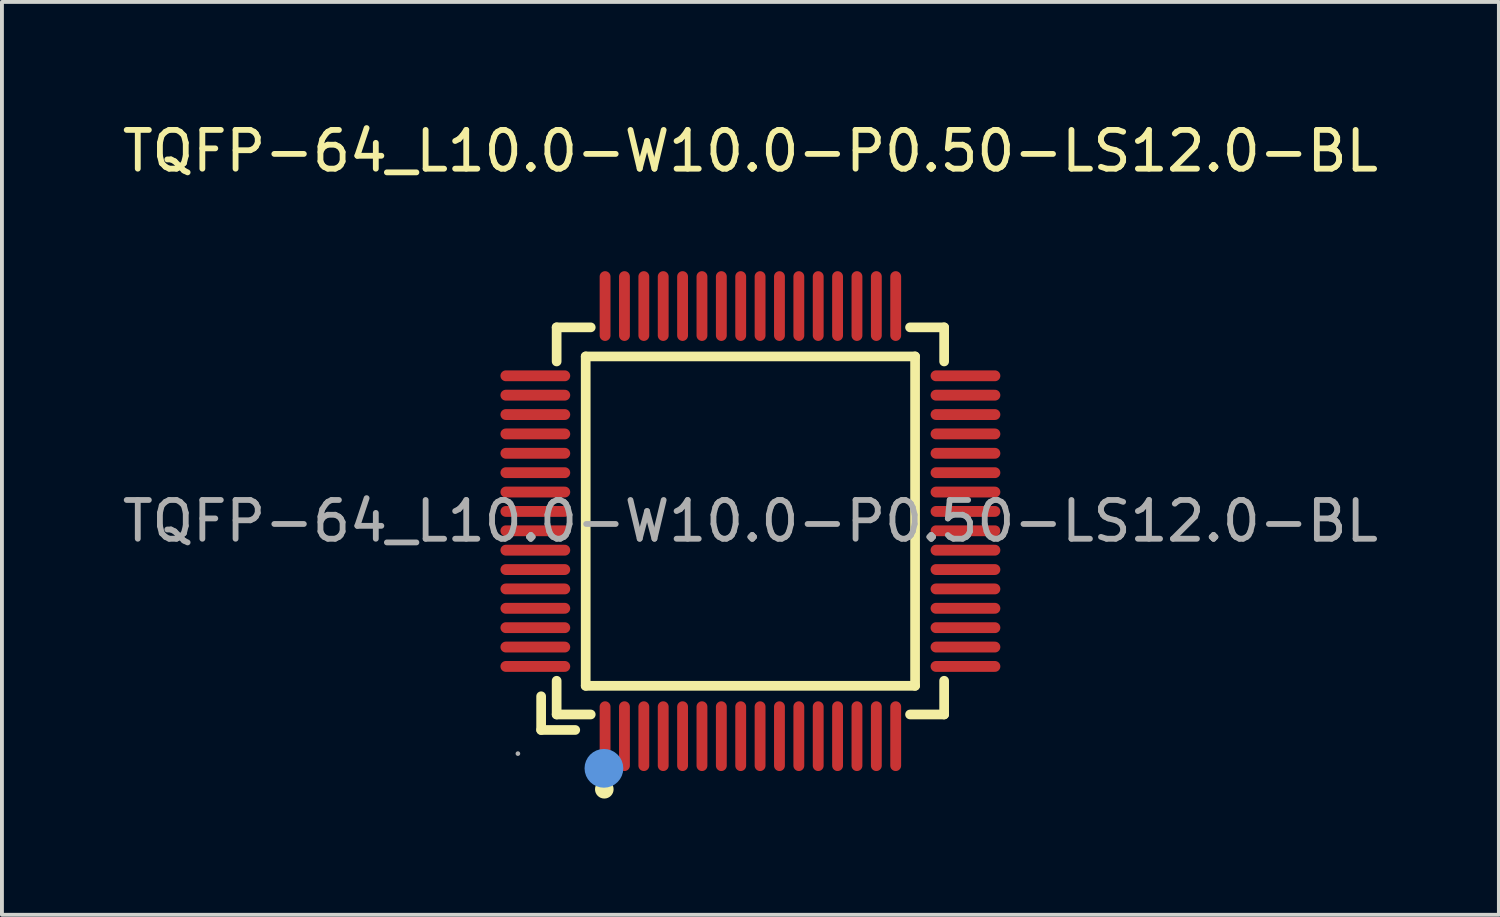
<source format=kicad_pcb>
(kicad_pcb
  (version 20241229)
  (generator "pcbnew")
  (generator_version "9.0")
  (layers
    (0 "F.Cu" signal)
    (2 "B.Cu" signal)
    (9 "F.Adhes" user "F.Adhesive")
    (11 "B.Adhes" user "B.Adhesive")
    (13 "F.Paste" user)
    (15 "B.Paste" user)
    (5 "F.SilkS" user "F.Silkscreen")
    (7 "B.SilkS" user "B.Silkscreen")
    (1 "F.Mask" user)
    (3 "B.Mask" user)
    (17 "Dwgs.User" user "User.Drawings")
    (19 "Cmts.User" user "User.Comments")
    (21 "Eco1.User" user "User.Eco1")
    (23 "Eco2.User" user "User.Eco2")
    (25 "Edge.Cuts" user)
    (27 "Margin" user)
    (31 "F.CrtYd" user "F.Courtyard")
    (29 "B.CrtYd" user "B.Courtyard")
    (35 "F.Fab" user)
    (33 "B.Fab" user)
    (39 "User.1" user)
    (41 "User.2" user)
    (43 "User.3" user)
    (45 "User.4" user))
  (footprint "TQFP-64_L10.0-W10.0-P0.50-LS12.0-BL"
    (layer "F.Cu")
    (at 16.315 10.398)
    (property "Reference" "TQFP-64_L10.0-W10.0-P0.50-LS12.0-BL" (at 0 -9.55 0) (layer "F.SilkS") (effects (font (size 1 1) (thickness 0.15))))
    (attr through_hole)
    (fp_line (start -5.4 4.52) (end -5.4 5.39) (stroke (width 0.25) (type solid)) (layer "F.SilkS"))
    (fp_line (start -5.4 5.39) (end -4.52 5.39) (stroke (width 0.25) (type solid)) (layer "F.SilkS"))
    (fp_line (start -5 -5) (end -5 -4.12) (stroke (width 0.25) (type solid)) (layer "F.SilkS"))
    (fp_line (start -5 4.12) (end -5 4.99) (stroke (width 0.25) (type solid)) (layer "F.SilkS"))
    (fp_line (start -5 4.99) (end -4.12 4.99) (stroke (width 0.25) (type solid)) (layer "F.SilkS"))
    (fp_line (start -4.25 -4.25) (end -4.25 4.25) (stroke (width 0.25) (type solid)) (layer "F.SilkS"))
    (fp_line (start -4.25 4.25) (end 4.25 4.25) (stroke (width 0.25) (type solid)) (layer "F.SilkS"))
    (fp_line (start -4.12 -5) (end -5 -5) (stroke (width 0.25) (type solid)) (layer "F.SilkS"))
    (fp_line (start 4.12 4.99) (end 5 4.99) (stroke (width 0.25) (type solid)) (layer "F.SilkS"))
    (fp_line (start 4.25 -4.25) (end -4.25 -4.25) (stroke (width 0.25) (type solid)) (layer "F.SilkS"))
    (fp_line (start 4.25 4.25) (end 4.25 -4.25) (stroke (width 0.25) (type solid)) (layer "F.SilkS"))
    (fp_line (start 5 -5) (end 4.12 -5) (stroke (width 0.25) (type solid)) (layer "F.SilkS"))
    (fp_line (start 5 -4.12) (end 5 -5) (stroke (width 0.25) (type solid)) (layer "F.SilkS"))
    (fp_line (start 5 4.99) (end 5 4.12) (stroke (width 0.25) (type solid)) (layer "F.SilkS"))
    (fp_circle (center -3.77 6.92) (end -3.65 6.92) (stroke (width 0.24) (type solid)) (fill no) (layer "F.SilkS"))
    (fp_circle (center -3.78 6.38) (end -3.53 6.38) (stroke (width 0.5) (type solid)) (fill no) (layer "Cmts.User"))
    (fp_circle (center -6 6) (end -5.97 6) (stroke (width 0.06) (type solid)) (fill no) (layer "F.Fab"))
    (fp_text user "${REFERENCE}" (at 0 0 0) (layer "F.Fab") (effects (font (size 1 1) (thickness 0.15))))
    (pad "1" smd oval (at -3.75 5.55) (size 0.28 1.8) (layers "F.Cu" "F.Mask" "F.Paste"))
    (pad "2" smd oval (at -3.25 5.55) (size 0.28 1.8) (layers "F.Cu" "F.Mask" "F.Paste"))
    (pad "3" smd oval (at -2.75 5.55) (size 0.28 1.8) (layers "F.Cu" "F.Mask" "F.Paste"))
    (pad "4" smd oval (at -2.25 5.55) (size 0.28 1.8) (layers "F.Cu" "F.Mask" "F.Paste"))
    (pad "5" smd oval (at -1.75 5.55) (size 0.28 1.8) (layers "F.Cu" "F.Mask" "F.Paste"))
    (pad "6" smd oval (at -1.25 5.55) (size 0.28 1.8) (layers "F.Cu" "F.Mask" "F.Paste"))
    (pad "7" smd oval (at -0.75 5.55) (size 0.28 1.8) (layers "F.Cu" "F.Mask" "F.Paste"))
    (pad "8" smd oval (at -0.25 5.55) (size 0.28 1.8) (layers "F.Cu" "F.Mask" "F.Paste"))
    (pad "9" smd oval (at 0.25 5.55) (size 0.28 1.8) (layers "F.Cu" "F.Mask" "F.Paste"))
    (pad "10" smd oval (at 0.75 5.55) (size 0.28 1.8) (layers "F.Cu" "F.Mask" "F.Paste"))
    (pad "11" smd oval (at 1.25 5.55) (size 0.28 1.8) (layers "F.Cu" "F.Mask" "F.Paste"))
    (pad "12" smd oval (at 1.75 5.55) (size 0.28 1.8) (layers "F.Cu" "F.Mask" "F.Paste"))
    (pad "13" smd oval (at 2.25 5.55) (size 0.28 1.8) (layers "F.Cu" "F.Mask" "F.Paste"))
    (pad "14" smd oval (at 2.75 5.55) (size 0.28 1.8) (layers "F.Cu" "F.Mask" "F.Paste"))
    (pad "15" smd oval (at 3.25 5.55) (size 0.28 1.8) (layers "F.Cu" "F.Mask" "F.Paste"))
    (pad "16" smd oval (at 3.75 5.55) (size 0.28 1.8) (layers "F.Cu" "F.Mask" "F.Paste"))
    (pad "17" smd oval (at 5.55 3.75) (size 1.8 0.28) (layers "F.Cu" "F.Mask" "F.Paste"))
    (pad "18" smd oval (at 5.55 3.25) (size 1.8 0.28) (layers "F.Cu" "F.Mask" "F.Paste"))
    (pad "19" smd oval (at 5.55 2.75) (size 1.8 0.28) (layers "F.Cu" "F.Mask" "F.Paste"))
    (pad "20" smd oval (at 5.55 2.25) (size 1.8 0.28) (layers "F.Cu" "F.Mask" "F.Paste"))
    (pad "21" smd oval (at 5.55 1.75) (size 1.8 0.28) (layers "F.Cu" "F.Mask" "F.Paste"))
    (pad "22" smd oval (at 5.55 1.25) (size 1.8 0.28) (layers "F.Cu" "F.Mask" "F.Paste"))
    (pad "23" smd oval (at 5.55 0.75) (size 1.8 0.28) (layers "F.Cu" "F.Mask" "F.Paste"))
    (pad "24" smd oval (at 5.55 0.25) (size 1.8 0.28) (layers "F.Cu" "F.Mask" "F.Paste"))
    (pad "25" smd oval (at 5.55 -0.25) (size 1.8 0.28) (layers "F.Cu" "F.Mask" "F.Paste"))
    (pad "26" smd oval (at 5.55 -0.75) (size 1.8 0.28) (layers "F.Cu" "F.Mask" "F.Paste"))
    (pad "27" smd oval (at 5.55 -1.25) (size 1.8 0.28) (layers "F.Cu" "F.Mask" "F.Paste"))
    (pad "28" smd oval (at 5.55 -1.75) (size 1.8 0.28) (layers "F.Cu" "F.Mask" "F.Paste"))
    (pad "29" smd oval (at 5.55 -2.25) (size 1.8 0.28) (layers "F.Cu" "F.Mask" "F.Paste"))
    (pad "30" smd oval (at 5.55 -2.75) (size 1.8 0.28) (layers "F.Cu" "F.Mask" "F.Paste"))
    (pad "31" smd oval (at 5.55 -3.25) (size 1.8 0.28) (layers "F.Cu" "F.Mask" "F.Paste"))
    (pad "32" smd oval (at 5.55 -3.75) (size 1.8 0.28) (layers "F.Cu" "F.Mask" "F.Paste"))
    (pad "33" smd oval (at 3.75 -5.55) (size 0.28 1.8) (layers "F.Cu" "F.Mask" "F.Paste"))
    (pad "34" smd oval (at 3.25 -5.55) (size 0.28 1.8) (layers "F.Cu" "F.Mask" "F.Paste"))
    (pad "35" smd oval (at 2.75 -5.55) (size 0.28 1.8) (layers "F.Cu" "F.Mask" "F.Paste"))
    (pad "36" smd oval (at 2.25 -5.55) (size 0.28 1.8) (layers "F.Cu" "F.Mask" "F.Paste"))
    (pad "37" smd oval (at 1.75 -5.55) (size 0.28 1.8) (layers "F.Cu" "F.Mask" "F.Paste"))
    (pad "38" smd oval (at 1.25 -5.55) (size 0.28 1.8) (layers "F.Cu" "F.Mask" "F.Paste"))
    (pad "39" smd oval (at 0.75 -5.55) (size 0.28 1.8) (layers "F.Cu" "F.Mask" "F.Paste"))
    (pad "40" smd oval (at 0.25 -5.55) (size 0.28 1.8) (layers "F.Cu" "F.Mask" "F.Paste"))
    (pad "41" smd oval (at -0.25 -5.55) (size 0.28 1.8) (layers "F.Cu" "F.Mask" "F.Paste"))
    (pad "42" smd oval (at -0.75 -5.55) (size 0.28 1.8) (layers "F.Cu" "F.Mask" "F.Paste"))
    (pad "43" smd oval (at -1.25 -5.55) (size 0.28 1.8) (layers "F.Cu" "F.Mask" "F.Paste"))
    (pad "44" smd oval (at -1.75 -5.55) (size 0.28 1.8) (layers "F.Cu" "F.Mask" "F.Paste"))
    (pad "45" smd oval (at -2.25 -5.55) (size 0.28 1.8) (layers "F.Cu" "F.Mask" "F.Paste"))
    (pad "46" smd oval (at -2.75 -5.55) (size 0.28 1.8) (layers "F.Cu" "F.Mask" "F.Paste"))
    (pad "47" smd oval (at -3.25 -5.55) (size 0.28 1.8) (layers "F.Cu" "F.Mask" "F.Paste"))
    (pad "48" smd oval (at -3.75 -5.55) (size 0.28 1.8) (layers "F.Cu" "F.Mask" "F.Paste"))
    (pad "49" smd oval (at -5.55 -3.75) (size 1.8 0.28) (layers "F.Cu" "F.Mask" "F.Paste"))
    (pad "50" smd oval (at -5.55 -3.25) (size 1.8 0.28) (layers "F.Cu" "F.Mask" "F.Paste"))
    (pad "51" smd oval (at -5.55 -2.75) (size 1.8 0.28) (layers "F.Cu" "F.Mask" "F.Paste"))
    (pad "52" smd oval (at -5.55 -2.25) (size 1.8 0.28) (layers "F.Cu" "F.Mask" "F.Paste"))
    (pad "53" smd oval (at -5.55 -1.75) (size 1.8 0.28) (layers "F.Cu" "F.Mask" "F.Paste"))
    (pad "54" smd oval (at -5.55 -1.25) (size 1.8 0.28) (layers "F.Cu" "F.Mask" "F.Paste"))
    (pad "55" smd oval (at -5.55 -0.75) (size 1.8 0.28) (layers "F.Cu" "F.Mask" "F.Paste"))
    (pad "56" smd oval (at -5.55 -0.25) (size 1.8 0.28) (layers "F.Cu" "F.Mask" "F.Paste"))
    (pad "57" smd oval (at -5.55 0.25) (size 1.8 0.28) (layers "F.Cu" "F.Mask" "F.Paste"))
    (pad "58" smd oval (at -5.55 0.75) (size 1.8 0.28) (layers "F.Cu" "F.Mask" "F.Paste"))
    (pad "59" smd oval (at -5.55 1.25) (size 1.8 0.28) (layers "F.Cu" "F.Mask" "F.Paste"))
    (pad "60" smd oval (at -5.55 1.75) (size 1.8 0.28) (layers "F.Cu" "F.Mask" "F.Paste"))
    (pad "61" smd oval (at -5.55 2.25) (size 1.8 0.28) (layers "F.Cu" "F.Mask" "F.Paste"))
    (pad "62" smd oval (at -5.55 2.75) (size 1.8 0.28) (layers "F.Cu" "F.Mask" "F.Paste"))
    (pad "63" smd oval (at -5.55 3.25) (size 1.8 0.28) (layers "F.Cu" "F.Mask" "F.Paste"))
    (pad "64" smd oval (at -5.55 3.75) (size 1.8 0.28) (layers "F.Cu" "F.Mask" "F.Paste")))
  (gr_rect
    (start -3 -3)
    (end 35.631 20.558)
    (stroke (width 0.1) (type default))
    (fill no)
    (layer "Edge.Cuts")))
</source>
